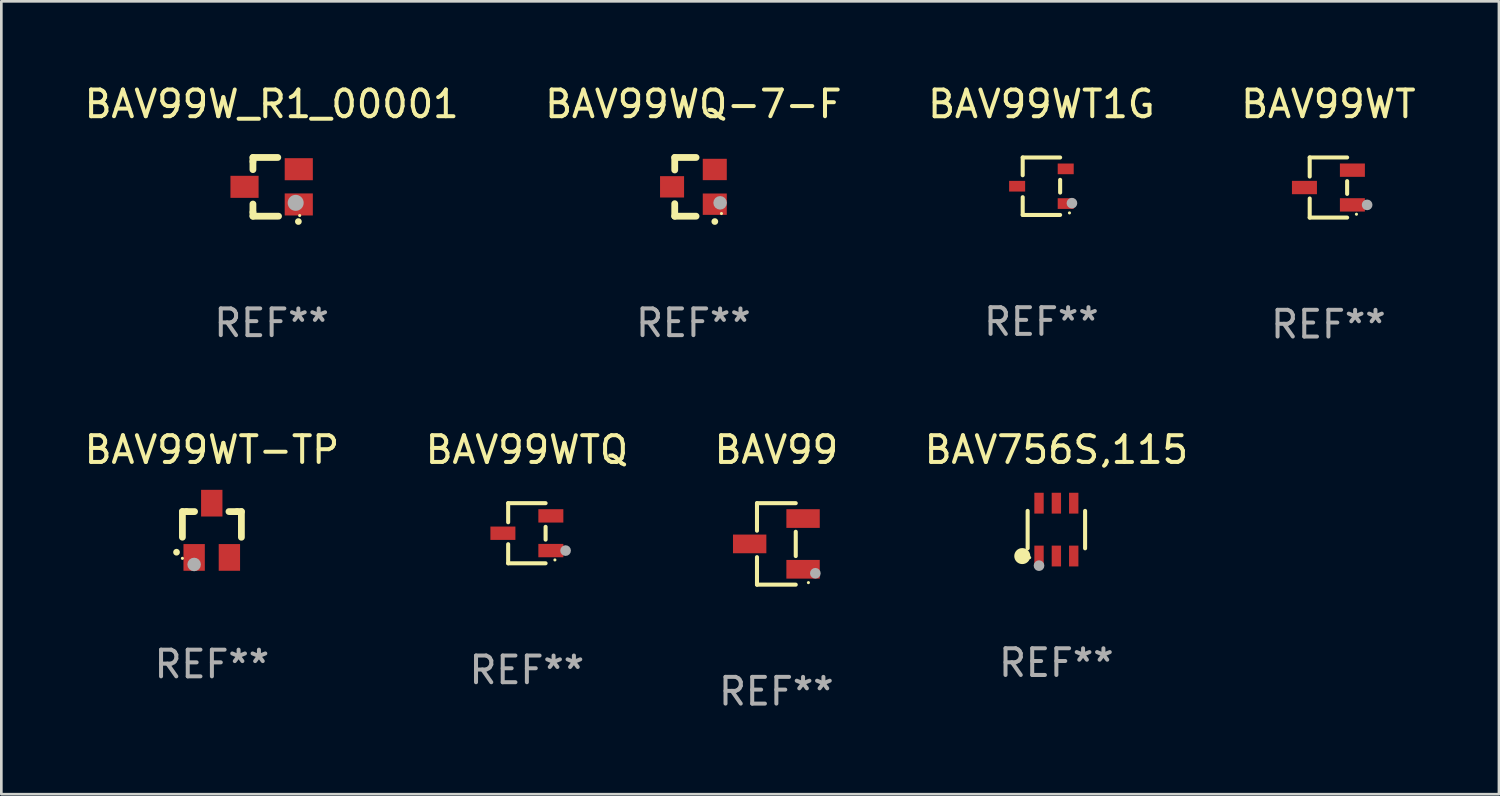
<source format=kicad_pcb>
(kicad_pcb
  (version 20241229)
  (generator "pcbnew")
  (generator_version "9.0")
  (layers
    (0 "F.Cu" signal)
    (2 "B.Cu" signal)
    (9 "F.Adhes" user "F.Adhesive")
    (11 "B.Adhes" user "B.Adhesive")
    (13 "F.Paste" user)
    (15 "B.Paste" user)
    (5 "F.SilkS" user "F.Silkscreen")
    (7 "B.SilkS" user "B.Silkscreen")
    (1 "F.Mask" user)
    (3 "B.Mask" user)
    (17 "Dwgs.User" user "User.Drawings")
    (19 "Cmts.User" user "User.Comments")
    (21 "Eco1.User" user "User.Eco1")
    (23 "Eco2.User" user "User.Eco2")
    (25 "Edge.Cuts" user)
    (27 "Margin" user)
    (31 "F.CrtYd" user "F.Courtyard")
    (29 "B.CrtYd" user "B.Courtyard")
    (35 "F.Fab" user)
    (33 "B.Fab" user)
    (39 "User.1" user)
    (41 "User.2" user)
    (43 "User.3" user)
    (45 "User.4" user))
  (footprint "BAV99"
    (layer "F.Cu")
    (at 26.03 17.323)
    (property "Reference" "BAV99" (at 0 -3.526 0) (layer "F.SilkS") (effects (font (size 1 1) (thickness 0.15))))
    (attr through_hole)
    (fp_line (start -0.726 -1.526) (end -0.726 -0.495) (stroke (width 0.152) (type solid)) (layer "F.SilkS"))
    (fp_line (start -0.726 1.526) (end -0.726 0.495) (stroke (width 0.152) (type solid)) (layer "F.SilkS"))
    (fp_line (start 0.726 -1.526) (end -0.726 -1.526) (stroke (width 0.152) (type solid)) (layer "F.SilkS"))
    (fp_line (start 0.726 -0.455) (end 0.726 0.455) (stroke (width 0.152) (type solid)) (layer "F.SilkS"))
    (fp_line (start 0.726 1.526) (end -0.726 1.526) (stroke (width 0.152) (type solid)) (layer "F.SilkS"))
    (fp_circle (center 1.2 1.45) (end 1.23 1.45) (stroke (width 0.06) (type solid)) (fill no) (layer "F.SilkS"))
    (fp_circle (center 1.46 1.1) (end 1.56 1.1) (stroke (width 0.2) (type solid)) (fill no) (layer "F.Fab"))
    (fp_text user "REF**" (at 0 5.526 0) (layer "F.Fab") (effects (font (size 1 1) (thickness 0.15))))
    (pad "1" smd rect (at 1 0.95) (size 1.25 0.7) (layers "F.Cu" "F.Mask" "F.Paste"))
    (pad "2" smd rect (at 1 -0.95) (size 1.25 0.7) (layers "F.Cu" "F.Mask" "F.Paste"))
    (pad "3" smd rect (at -1 0) (size 1.25 0.7) (layers "F.Cu" "F.Mask" "F.Paste")))
  (footprint "BAV99WT"
    (layer "F.Cu")
    (at 46.708 3.974)
    (property "Reference" "BAV99WT" (at 0 -3.126 0) (layer "F.SilkS") (effects (font (size 1 1) (thickness 0.15))))
    (attr through_hole)
    (fp_line (start -0.701 -1.126) (end -0.701 -0.411) (stroke (width 0.152) (type solid)) (layer "F.SilkS"))
    (fp_line (start -0.701 1.126) (end -0.701 0.411) (stroke (width 0.152) (type solid)) (layer "F.SilkS"))
    (fp_line (start 0.701 -1.126) (end -0.701 -1.126) (stroke (width 0.152) (type solid)) (layer "F.SilkS"))
    (fp_line (start 0.701 -0.239) (end 0.701 0.239) (stroke (width 0.152) (type solid)) (layer "F.SilkS"))
    (fp_line (start 0.701 1.126) (end -0.701 1.126) (stroke (width 0.152) (type solid)) (layer "F.SilkS"))
    (fp_circle (center 1.05 1) (end 1.08 1) (stroke (width 0.06) (type solid)) (fill no) (layer "F.SilkS"))
    (fp_circle (center 1.45 0.65) (end 1.55 0.65) (stroke (width 0.2) (type solid)) (fill no) (layer "F.Fab"))
    (fp_text user "REF**" (at 0 5.126 0) (layer "F.Fab") (effects (font (size 1 1) (thickness 0.15))))
    (pad "1" smd rect (at 0.898 0.65) (size 0.936 0.5) (layers "F.Cu" "F.Mask" "F.Paste"))
    (pad "2" smd rect (at 0.898 -0.65) (size 0.936 0.5) (layers "F.Cu" "F.Mask" "F.Paste"))
    (pad "3" smd rect (at -0.898 0) (size 0.936 0.5) (layers "F.Cu" "F.Mask" "F.Paste")))
  (footprint "BAV756S,115"
    (layer "F.Cu")
    (at 36.518 16.787)
    (property "Reference" "BAV756S,115" (at 0 -2.99 0) (layer "F.SilkS") (effects (font (size 1 1) (thickness 0.15))))
    (attr through_hole)
    (fp_line (start -1.076 0.701) (end -1.076 -0.701) (stroke (width 0.152) (type solid)) (layer "F.SilkS"))
    (fp_line (start 1.076 0.701) (end 1.076 -0.701) (stroke (width 0.152) (type solid)) (layer "F.SilkS"))
    (fp_circle (center -1.277 0.992) (end -1.127 0.992) (stroke (width 0.3) (type solid)) (fill no) (layer "F.SilkS"))
    (fp_circle (center -1 1.05) (end -0.97 1.05) (stroke (width 0.06) (type solid)) (fill no) (layer "F.SilkS"))
    (fp_circle (center -0.65 1.35) (end -0.55 1.35) (stroke (width 0.2) (type solid)) (fill no) (layer "F.Fab"))
    (fp_text user "REF**" (at 0 4.99 0) (layer "F.Fab") (effects (font (size 1 1) (thickness 0.15))))
    (pad "1" smd rect (at -0.65 0.99) (size 0.35 0.78) (layers "F.Cu" "F.Mask" "F.Paste"))
    (pad "2" smd rect (at 0 0.99) (size 0.35 0.78) (layers "F.Cu" "F.Mask" "F.Paste"))
    (pad "3" smd rect (at 0.65 0.99) (size 0.35 0.78) (layers "F.Cu" "F.Mask" "F.Paste"))
    (pad "4" smd rect (at 0.65 -0.99) (size 0.35 0.78) (layers "F.Cu" "F.Mask" "F.Paste"))
    (pad "5" smd rect (at 0 -0.99) (size 0.35 0.78) (layers "F.Cu" "F.Mask" "F.Paste"))
    (pad "6" smd rect (at -0.65 -0.99) (size 0.35 0.78) (layers "F.Cu" "F.Mask" "F.Paste")))
  (footprint "BAV99WT-TP"
    (layer "F.Cu")
    (at 4.887 16.813)
    (property "Reference" "BAV99WT-TP" (at 0 -3.016 0) (layer "F.SilkS") (effects (font (size 1 1) (thickness 0.15))))
    (attr through_hole)
    (fp_line (start -1.105 -0.701) (end -1.105 0.259) (stroke (width 0.254) (type solid)) (layer "F.SilkS"))
    (fp_line (start -0.955 -0.701) (end -1.105 -0.701) (stroke (width 0.254) (type solid)) (layer "F.SilkS"))
    (fp_line (start -0.955 -0.701) (end -0.649 -0.701) (stroke (width 0.254) (type solid)) (layer "F.SilkS"))
    (fp_line (start 0.639 -0.701) (end 0.945 -0.701) (stroke (width 0.254) (type solid)) (layer "F.SilkS"))
    (fp_line (start 0.945 -0.701) (end 1.105 -0.701) (stroke (width 0.254) (type solid)) (layer "F.SilkS"))
    (fp_line (start 1.105 -0.701) (end 1.105 0.261) (stroke (width 0.254) (type solid)) (layer "F.SilkS"))
    (fp_arc (start -1.324994 0.82253) (mid -1.325 0.82126) (end -1.324994 0.81999) (stroke (width 0.24892) (type solid)) (layer "F.SilkS"))
    (fp_circle (center -1.105 1.05) (end -1.075 1.05) (stroke (width 0.06) (type solid)) (fill no) (layer "F.SilkS"))
    (fp_circle (center -0.665 1.28) (end -0.538 1.28) (stroke (width 0.254) (type solid)) (fill no) (layer "F.Fab"))
    (fp_text user "REF**" (at 0 5.016 0) (layer "F.Fab") (effects (font (size 1 1) (thickness 0.15))))
    (pad "1" smd rect (at -0.665 1.016) (size 0.8 1) (layers "F.Cu" "F.Mask" "F.Paste"))
    (pad "2" smd rect (at 0.655 1.016) (size 0.8 1) (layers "F.Cu" "F.Mask" "F.Paste"))
    (pad "3" smd rect (at -0.005 -1.016) (size 0.8 1) (layers "F.Cu" "F.Mask" "F.Paste")))
  (footprint "BAV99WQ-7-F"
    (layer "F.Cu")
    (at 22.923 3.948)
    (property "Reference" "BAV99WQ-7-F" (at 0 -3.1 0) (layer "F.SilkS") (effects (font (size 1 1) (thickness 0.15))))
    (attr through_hole)
    (fp_line (start -0.7 -1.1) (end 0.1 -1.1) (stroke (width 0.254) (type solid)) (layer "F.SilkS"))
    (fp_line (start -0.7 -0.631) (end -0.7 -1.1) (stroke (width 0.254) (type solid)) (layer "F.SilkS"))
    (fp_line (start -0.7 1.1) (end -0.7 0.631) (stroke (width 0.254) (type solid)) (layer "F.SilkS"))
    (fp_line (start -0.7 1.1) (end 0.1 1.1) (stroke (width 0.254) (type solid)) (layer "F.SilkS"))
    (fp_arc (start 0.8 1.3) (mid 0.80127 1.299994) (end 0.80254 1.3) (stroke (width 0.24892) (type solid)) (layer "F.SilkS"))
    (fp_circle (center 1.05 1) (end 1.08 1) (stroke (width 0.06) (type solid)) (fill no) (layer "F.SilkS"))
    (fp_circle (center 1 0.6) (end 1.127 0.6) (stroke (width 0.254) (type solid)) (fill no) (layer "F.Fab"))
    (fp_text user "REF**" (at 0 5.1 0) (layer "F.Fab") (effects (font (size 1 1) (thickness 0.15))))
    (pad "1" smd rect (at 0.8 0.65 90) (size 0.8 0.9) (layers "F.Cu" "F.Mask" "F.Paste"))
    (pad "2" smd rect (at 0.8 -0.65 90) (size 0.8 0.9) (layers "F.Cu" "F.Mask" "F.Paste"))
    (pad "3" smd rect (at -0.8 0 90) (size 0.8 0.9) (layers "F.Cu" "F.Mask" "F.Paste")))
  (footprint "BAV99WT1G"
    (layer "F.Cu")
    (at 35.958 3.925)
    (property "Reference" "BAV99WT1G" (at 0 -3.076 0) (layer "F.SilkS") (effects (font (size 1 1) (thickness 0.15))))
    (attr through_hole)
    (fp_line (start -0.701 -1.076) (end -0.701 -0.411) (stroke (width 0.152) (type solid)) (layer "F.SilkS"))
    (fp_line (start -0.701 1.076) (end -0.701 0.411) (stroke (width 0.152) (type solid)) (layer "F.SilkS"))
    (fp_line (start 0.701 -1.076) (end -0.701 -1.076) (stroke (width 0.152) (type solid)) (layer "F.SilkS"))
    (fp_line (start 0.701 -0.239) (end 0.701 0.239) (stroke (width 0.152) (type solid)) (layer "F.SilkS"))
    (fp_line (start 0.701 1.076) (end -0.701 1.076) (stroke (width 0.152) (type solid)) (layer "F.SilkS"))
    (fp_circle (center 1.05 1) (end 1.08 1) (stroke (width 0.06) (type solid)) (fill no) (layer "F.SilkS"))
    (fp_circle (center 1.143 0.635) (end 1.243 0.635) (stroke (width 0.2) (type solid)) (fill no) (layer "F.Fab"))
    (fp_text user "REF**" (at 0 5.076 0) (layer "F.Fab") (effects (font (size 1 1) (thickness 0.15))))
    (pad "1" smd rect (at 0.91 0.65) (size 0.6 0.4) (layers "F.Cu" "F.Mask" "F.Paste"))
    (pad "2" smd rect (at 0.91 -0.65) (size 0.6 0.4) (layers "F.Cu" "F.Mask" "F.Paste"))
    (pad "3" smd rect (at -0.91 0) (size 0.6 0.4) (layers "F.Cu" "F.Mask" "F.Paste")))
  (footprint "BAV99W_R1_00001"
    (layer "F.Cu")
    (at 7.125 3.948)
    (property "Reference" "BAV99W_R1_00001" (at 0 -3.1 0) (layer "F.SilkS") (effects (font (size 1 1) (thickness 0.15))))
    (attr through_hole)
    (fp_line (start -0.701 -0.95) (end -0.701 -1.1) (stroke (width 0.254) (type solid)) (layer "F.SilkS"))
    (fp_line (start -0.701 -0.644) (end -0.701 -0.95) (stroke (width 0.254) (type solid)) (layer "F.SilkS"))
    (fp_line (start -0.701 0.95) (end -0.701 0.644) (stroke (width 0.254) (type solid)) (layer "F.SilkS"))
    (fp_line (start -0.701 0.95) (end -0.701 1.1) (stroke (width 0.254) (type solid)) (layer "F.SilkS"))
    (fp_line (start -0.7 -1.1) (end 0.23 -1.1) (stroke (width 0.254) (type solid)) (layer "F.SilkS"))
    (fp_line (start -0.7 1.1) (end 0.258 1.1) (stroke (width 0.254) (type solid)) (layer "F.SilkS"))
    (fp_arc (start 1 1.3) (mid 1.00127 1.299994) (end 1.00254 1.3) (stroke (width 0.24892) (type solid)) (layer "F.SilkS"))
    (fp_circle (center 1.05 1.075) (end 1.08 1.075) (stroke (width 0.06) (type solid)) (fill no) (layer "F.SilkS"))
    (fp_circle (center 0.9 0.6) (end 1.05 0.6) (stroke (width 0.3) (type solid)) (fill no) (layer "F.Fab"))
    (fp_text user "REF**" (at 0 5.1 0) (layer "F.Fab") (effects (font (size 1 1) (thickness 0.15))))
    (pad "1" smd rect (at 1.016 0.66) (size 1.054 0.826) (layers "F.Cu" "F.Mask" "F.Paste"))
    (pad "2" smd rect (at 1.016 -0.66) (size 1.054 0.826) (layers "F.Cu" "F.Mask" "F.Paste"))
    (pad "3" smd rect (at -1.016 0) (size 1.054 0.826) (layers "F.Cu" "F.Mask" "F.Paste")))
  (footprint "BAV99WTQ"
    (layer "F.Cu")
    (at 16.685 16.923)
    (property "Reference" "BAV99WTQ" (at 0 -3.126 0) (layer "F.SilkS") (effects (font (size 1 1) (thickness 0.15))))
    (attr through_hole)
    (fp_line (start -0.701 -1.126) (end -0.701 -0.411) (stroke (width 0.152) (type solid)) (layer "F.SilkS"))
    (fp_line (start -0.701 1.126) (end -0.701 0.411) (stroke (width 0.152) (type solid)) (layer "F.SilkS"))
    (fp_line (start 0.701 -1.126) (end -0.701 -1.126) (stroke (width 0.152) (type solid)) (layer "F.SilkS"))
    (fp_line (start 0.701 -0.239) (end 0.701 0.239) (stroke (width 0.152) (type solid)) (layer "F.SilkS"))
    (fp_line (start 0.701 1.126) (end -0.701 1.126) (stroke (width 0.152) (type solid)) (layer "F.SilkS"))
    (fp_circle (center 1.05 1) (end 1.08 1) (stroke (width 0.06) (type solid)) (fill no) (layer "F.SilkS"))
    (fp_circle (center 1.45 0.65) (end 1.55 0.65) (stroke (width 0.2) (type solid)) (fill no) (layer "F.Fab"))
    (fp_text user "REF**" (at 0 5.126 0) (layer "F.Fab") (effects (font (size 1 1) (thickness 0.15))))
    (pad "1" smd rect (at 0.898 0.65) (size 0.936 0.5) (layers "F.Cu" "F.Mask" "F.Paste"))
    (pad "2" smd rect (at 0.898 -0.65) (size 0.936 0.5) (layers "F.Cu" "F.Mask" "F.Paste"))
    (pad "3" smd rect (at -0.898 0) (size 0.936 0.5) (layers "F.Cu" "F.Mask" "F.Paste")))
  (gr_rect
    (start -3 -3)
    (end 53.095 26.698)
    (stroke (width 0.1) (type default))
    (fill no)
    (layer "Edge.Cuts")))
</source>
